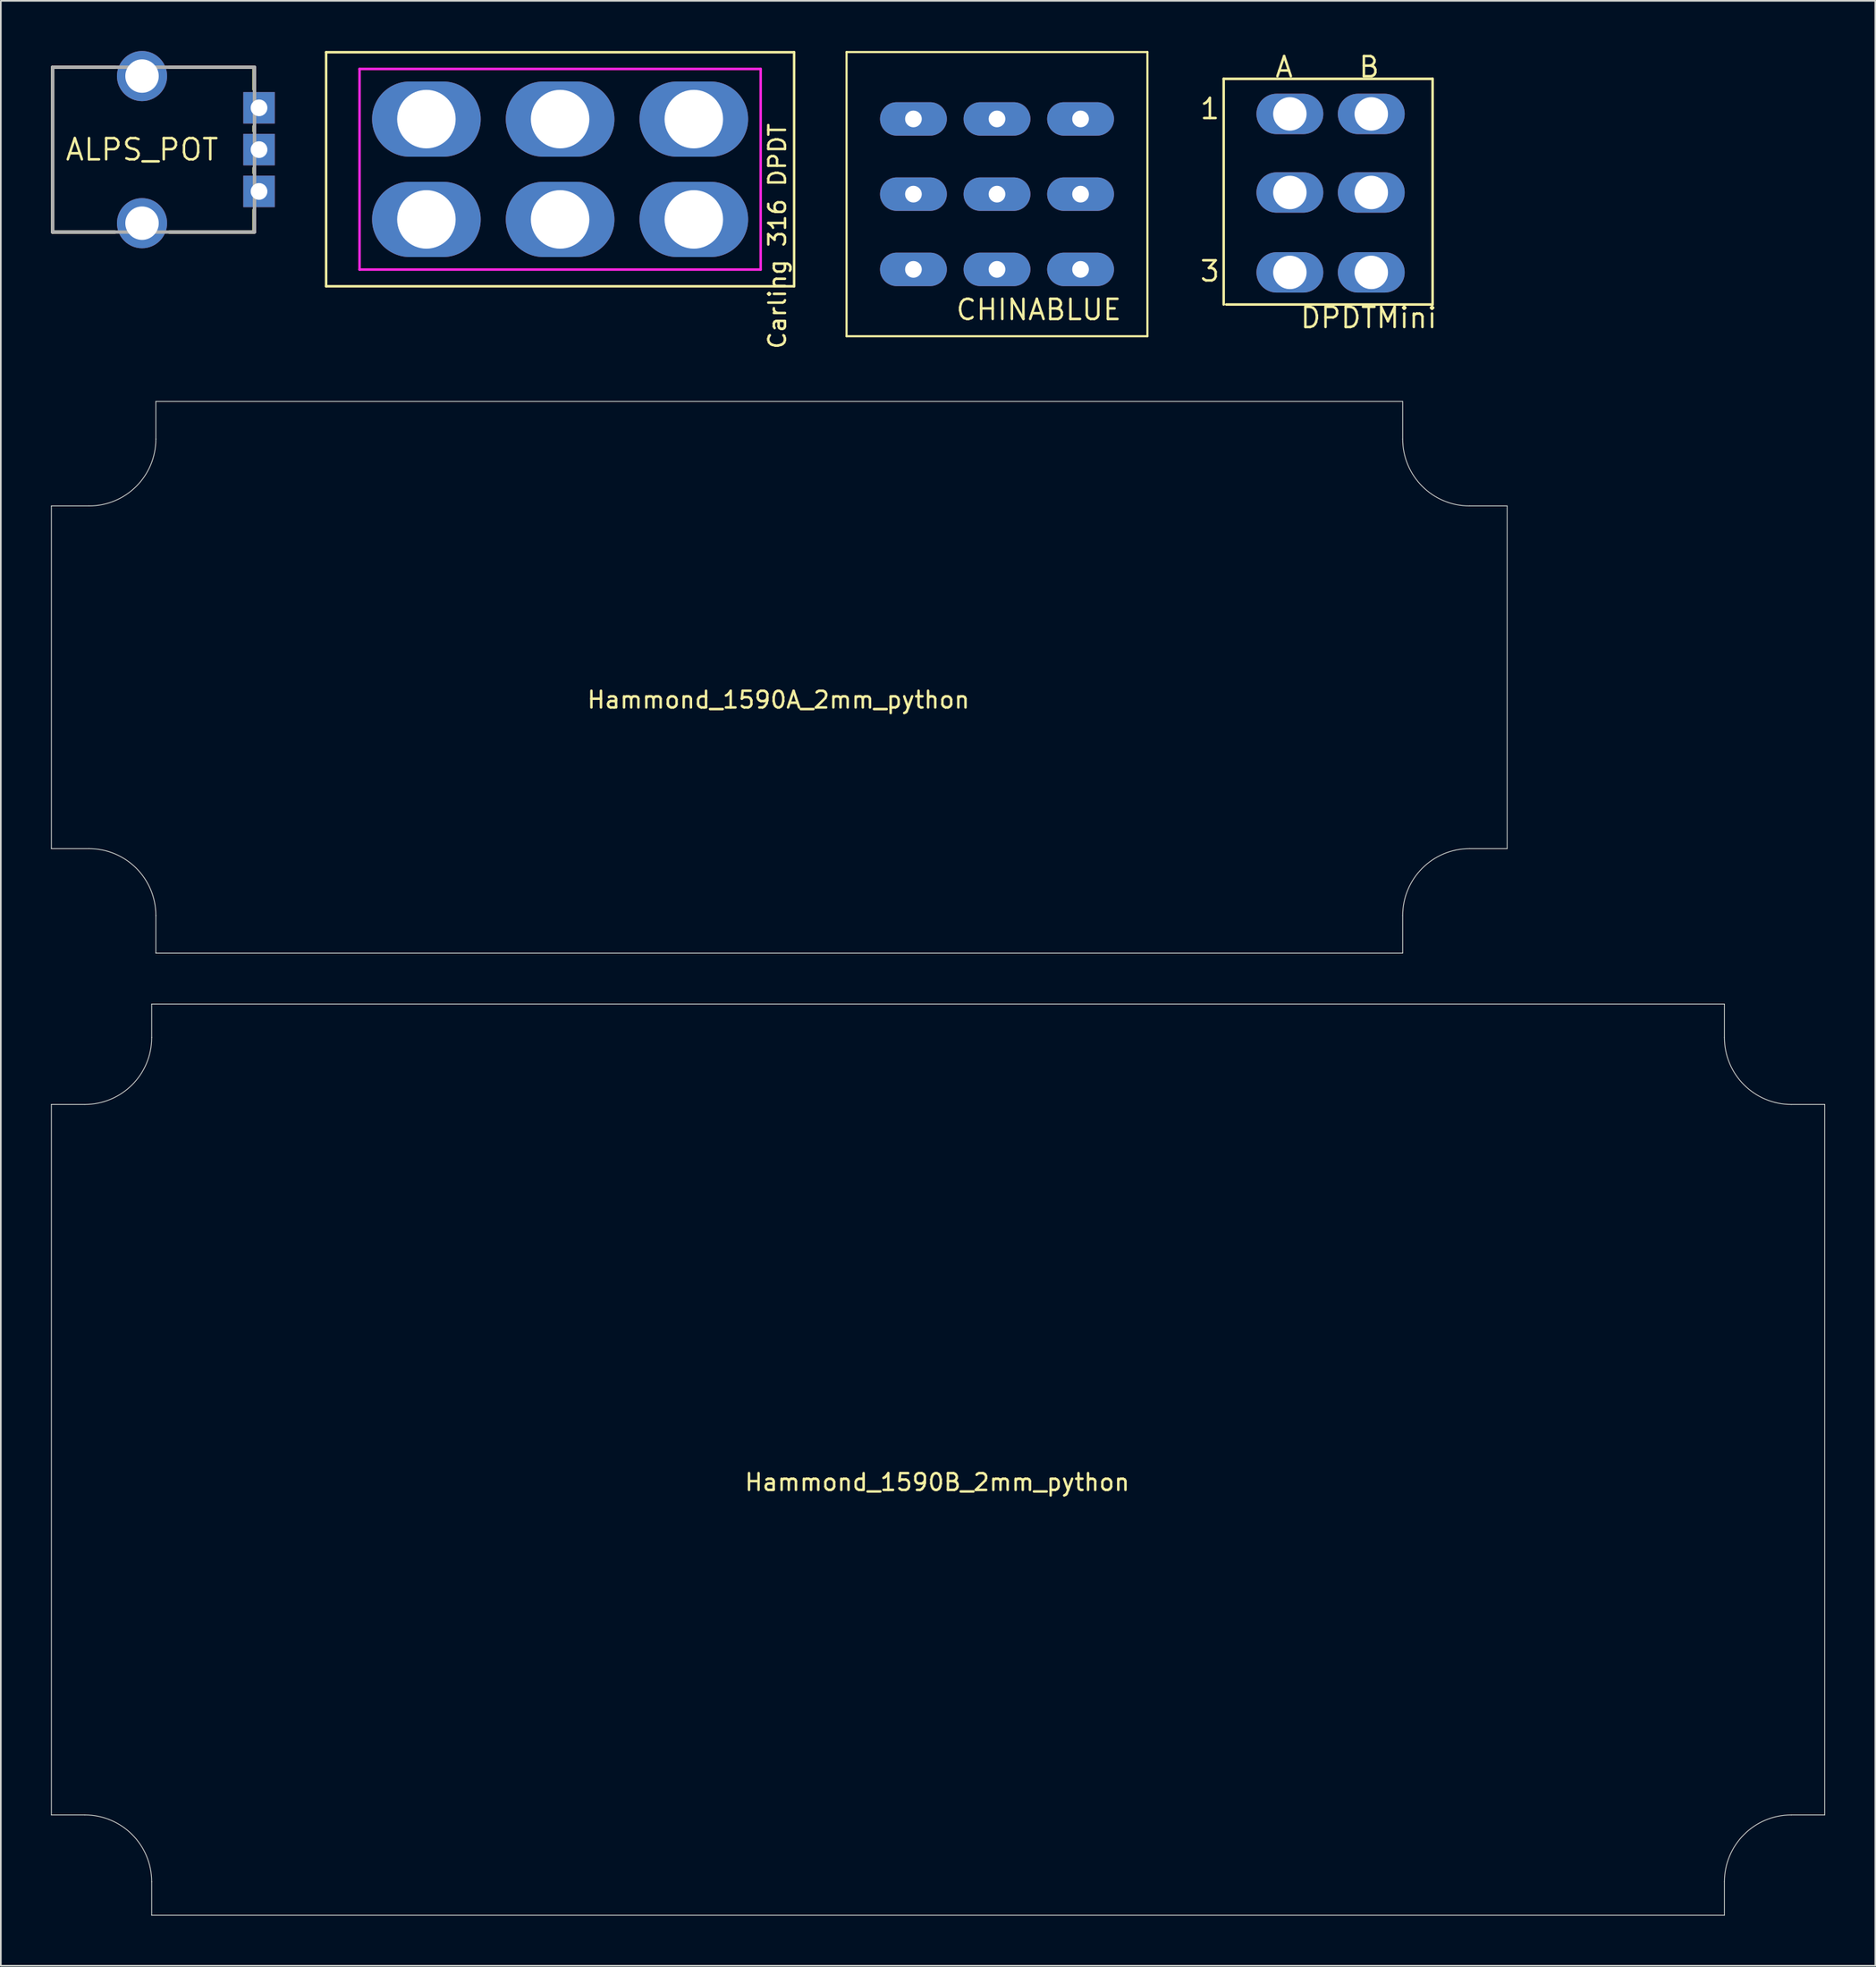
<source format=kicad_pcb>
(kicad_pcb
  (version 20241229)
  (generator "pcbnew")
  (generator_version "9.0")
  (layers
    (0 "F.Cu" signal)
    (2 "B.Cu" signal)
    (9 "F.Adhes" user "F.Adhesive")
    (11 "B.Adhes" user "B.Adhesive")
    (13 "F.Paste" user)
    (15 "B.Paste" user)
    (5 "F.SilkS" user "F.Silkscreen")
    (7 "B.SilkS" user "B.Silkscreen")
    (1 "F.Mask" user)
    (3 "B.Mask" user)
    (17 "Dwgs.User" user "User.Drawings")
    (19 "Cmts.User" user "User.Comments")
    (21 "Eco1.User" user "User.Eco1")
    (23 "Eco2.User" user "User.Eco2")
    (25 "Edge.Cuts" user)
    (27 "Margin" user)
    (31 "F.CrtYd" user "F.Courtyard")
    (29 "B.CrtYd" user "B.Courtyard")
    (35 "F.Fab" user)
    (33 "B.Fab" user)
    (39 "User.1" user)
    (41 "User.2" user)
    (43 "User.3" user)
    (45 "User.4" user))
  (footprint "Hammond_1590B_2mm_python"
    (layer "F.Cu")
    (at 53.075 84.263)
    (property "Reference" "Hammond_1590B_2mm_python" (at -0.05 1.35 0) (layer "F.SilkS") (effects (font (size 1 1) (thickness 0.15))))
    (attr through_hole)
    (fp_line (start -53.05 -21.25) (end -53.05 21.25) (stroke (width 0.05) (type solid)) (layer "Edge.Cuts"))
    (fp_line (start -51.05 -21.25) (end -53.05 -21.25) (stroke (width 0.05) (type solid)) (layer "Edge.Cuts"))
    (fp_line (start -51.05 21.25) (end -53.05 21.25) (stroke (width 0.05) (type solid)) (layer "Edge.Cuts"))
    (fp_line (start -47.05 -27.25) (end 47.05 -27.25) (stroke (width 0.05) (type solid)) (layer "Edge.Cuts"))
    (fp_line (start -47.05 -25.25) (end -47.05 -27.25) (stroke (width 0.05) (type solid)) (layer "Edge.Cuts"))
    (fp_line (start -47.05 25.25) (end -47.05 27.25) (stroke (width 0.05) (type solid)) (layer "Edge.Cuts"))
    (fp_line (start -47.05 27.25) (end 47.05 27.25) (stroke (width 0.05) (type solid)) (layer "Edge.Cuts"))
    (fp_line (start 47.05 -25.25) (end 47.05 -27.25) (stroke (width 0.05) (type solid)) (layer "Edge.Cuts"))
    (fp_line (start 47.05 25.25) (end 47.05 27.25) (stroke (width 0.05) (type solid)) (layer "Edge.Cuts"))
    (fp_line (start 51.05 -21.25) (end 53.05 -21.25) (stroke (width 0.05) (type solid)) (layer "Edge.Cuts"))
    (fp_line (start 51.05 21.25) (end 53.05 21.25) (stroke (width 0.05) (type solid)) (layer "Edge.Cuts"))
    (fp_line (start 53.05 -21.25) (end 53.05 21.25) (stroke (width 0.05) (type solid)) (layer "Edge.Cuts"))
    (fp_arc (start -51.05 21.25) (mid -48.221573 22.421573) (end -47.05 25.25) (stroke (width 0.05) (type solid)) (layer "Edge.Cuts"))
    (fp_arc (start -47.05 -25.25) (mid -48.221573 -22.421573) (end -51.05 -21.25) (stroke (width 0.05) (type solid)) (layer "Edge.Cuts"))
    (fp_arc (start 47.05 25.25) (mid 48.221573 22.421573) (end 51.05 21.25) (stroke (width 0.05) (type solid)) (layer "Edge.Cuts"))
    (fp_arc (start 51.05 -21.25) (mid 48.221573 -22.421573) (end 47.05 -25.25) (stroke (width 0.05) (type solid)) (layer "Edge.Cuts")))
  (footprint "CHINABLUE"
    (layer "F.Cu")
    (at 56.601 8.563)
    (property "Reference" "CHINABLUE" (at -2.54 7.62 0) (layer "F.SilkS") (effects (font (size 1.206 1.206) (thickness 0.152)) (justify left bottom)))
    (attr through_hole)
    (fp_line (start -9 -8.5) (end -9 8.5) (stroke (width 0.127) (type solid)) (layer "F.SilkS"))
    (fp_line (start -9 8.5) (end 9 8.5) (stroke (width 0.127) (type solid)) (layer "F.SilkS"))
    (fp_line (start 9 -8.5) (end -9 -8.5) (stroke (width 0.127) (type solid)) (layer "F.SilkS"))
    (fp_line (start 9 8.5) (end 9 -8.5) (stroke (width 0.127) (type solid)) (layer "F.SilkS"))
    (pad "A1" thru_hole oval (at -5 -4.5) (size 4 2) (drill 1) (layers "*.Cu" "*.Mask"))
    (pad "A2" thru_hole oval (at -5 0) (size 4 2) (drill 1) (layers "*.Cu" "*.Mask"))
    (pad "A3" thru_hole oval (at -5 4.5) (size 4 2) (drill 1) (layers "*.Cu" "*.Mask"))
    (pad "B1" thru_hole oval (at 0 -4.5) (size 4 2) (drill 1) (layers "*.Cu" "*.Mask"))
    (pad "B2" thru_hole oval (at 0 0) (size 4 2) (drill 1) (layers "*.Cu" "*.Mask"))
    (pad "B3" thru_hole oval (at 0 4.5) (size 4 2) (drill 1) (layers "*.Cu" "*.Mask"))
    (pad "C1" thru_hole oval (at 5 -4.5) (size 4 2) (drill 1) (layers "*.Cu" "*.Mask"))
    (pad "C2" thru_hole oval (at 5 0) (size 4 2) (drill 1) (layers "*.Cu" "*.Mask"))
    (pad "C3" thru_hole oval (at 5 4.5) (size 4 2) (drill 1) (layers "*.Cu" "*.Mask")))
  (footprint "ALPS_POT"
    (layer "F.Cu")
    (at 5.448 5.9)
    (property "Reference" "ALPS_POT" (at 0 0 0) (layer "F.SilkS") (effects (font (size 1.27 1.27) (thickness 0.15))))
    (attr through_hole)
    (fp_line (start -5.346 -4.93) (end -5.346 4.93) (stroke (width 0.203) (type solid)) (layer "F.SilkS"))
    (fp_line (start -5.346 -4.93) (end -1.625 -4.93) (stroke (width 0.203) (type solid)) (layer "F.SilkS"))
    (fp_line (start -5.346 4.93) (end -1.625 4.93) (stroke (width 0.203) (type solid)) (layer "F.SilkS"))
    (fp_line (start 1.639 4.93) (end 6.7 4.93) (stroke (width 0.203) (type solid)) (layer "F.SilkS"))
    (fp_line (start 1.64 -4.93) (end 6.7 -4.93) (stroke (width 0.203) (type solid)) (layer "F.SilkS"))
    (fp_line (start 6.7 -4.93) (end 6.7 -3.6) (stroke (width 0.203) (type solid)) (layer "F.SilkS"))
    (fp_line (start 6.7 -1.4) (end 6.7 -1.1) (stroke (width 0.203) (type solid)) (layer "F.SilkS"))
    (fp_line (start 6.7 1.1) (end 6.7 1.4) (stroke (width 0.203) (type solid)) (layer "F.SilkS"))
    (fp_line (start 6.7 3.6) (end 6.7 4.9) (stroke (width 0.203) (type solid)) (layer "F.SilkS"))
    (fp_line (start -5.346 -4.93) (end 6.73 -4.93) (stroke (width 0.203) (type solid)) (layer "F.Fab"))
    (fp_line (start -5.346 4.93) (end -5.346 -4.93) (stroke (width 0.203) (type solid)) (layer "F.Fab"))
    (fp_line (start 6.73 -4.93) (end 6.73 4.93) (stroke (width 0.203) (type solid)) (layer "F.Fab"))
    (fp_line (start 6.73 4.93) (end -5.346 4.93) (stroke (width 0.203) (type solid)) (layer "F.Fab"))
    (pad "P$1" thru_hole rect (at 7 2.5) (size 1.88 1.88) (drill 1) (layers "*.Cu" "*.Mask"))
    (pad "P$2" thru_hole rect (at 7 0) (size 1.88 1.88) (drill 1) (layers "*.Cu" "*.Mask"))
    (pad "P$3" thru_hole rect (at 7 -2.5) (size 1.88 1.88) (drill 1) (layers "*.Cu" "*.Mask"))
    (pad "P$4" thru_hole circle (at 0 4.4) (size 3 3) (drill 2) (layers "*.Cu" "*.Mask"))
    (pad "P$5" thru_hole circle (at 0 -4.4) (size 3 3) (drill 2) (layers "*.Cu" "*.Mask")))
  (footprint "Hammond_1590A_2mm_python"
    (layer "F.Cu")
    (at 43.575 37.463)
    (property "Reference" "Hammond_1590A_2mm_python" (at -0.05 1.35 0) (layer "F.SilkS") (effects (font (size 1 1) (thickness 0.15))))
    (attr through_hole)
    (fp_line (start -43.55 -10.25) (end -43.55 10.25) (stroke (width 0.05) (type solid)) (layer "Edge.Cuts"))
    (fp_line (start -41.3 -10.25) (end -43.55 -10.25) (stroke (width 0.05) (type solid)) (layer "Edge.Cuts"))
    (fp_line (start -41.3 10.25) (end -43.55 10.25) (stroke (width 0.05) (type solid)) (layer "Edge.Cuts"))
    (fp_line (start -37.3 -16.5) (end 37.3 -16.5) (stroke (width 0.05) (type solid)) (layer "Edge.Cuts"))
    (fp_line (start -37.3 -14.25) (end -37.3 -16.5) (stroke (width 0.05) (type solid)) (layer "Edge.Cuts"))
    (fp_line (start -37.3 14.25) (end -37.3 16.5) (stroke (width 0.05) (type solid)) (layer "Edge.Cuts"))
    (fp_line (start -37.3 16.5) (end 37.3 16.5) (stroke (width 0.05) (type solid)) (layer "Edge.Cuts"))
    (fp_line (start 37.3 -14.25) (end 37.3 -16.5) (stroke (width 0.05) (type solid)) (layer "Edge.Cuts"))
    (fp_line (start 37.3 14.25) (end 37.3 16.5) (stroke (width 0.05) (type solid)) (layer "Edge.Cuts"))
    (fp_line (start 41.3 -10.25) (end 43.55 -10.25) (stroke (width 0.05) (type solid)) (layer "Edge.Cuts"))
    (fp_line (start 41.3 10.25) (end 43.55 10.25) (stroke (width 0.05) (type solid)) (layer "Edge.Cuts"))
    (fp_line (start 43.55 -10.25) (end 43.55 10.25) (stroke (width 0.05) (type solid)) (layer "Edge.Cuts"))
    (fp_arc (start -41.3 10.25) (mid -38.471573 11.421573) (end -37.3 14.25) (stroke (width 0.05) (type solid)) (layer "Edge.Cuts"))
    (fp_arc (start -37.3 -14.25) (mid -38.471573 -11.421573) (end -41.3 -10.25) (stroke (width 0.05) (type solid)) (layer "Edge.Cuts"))
    (fp_arc (start 37.3 14.25) (mid 38.471573 11.421573) (end 41.3 10.25) (stroke (width 0.05) (type solid)) (layer "Edge.Cuts"))
    (fp_arc (start 41.3 -10.25) (mid 38.471573 -11.421573) (end 37.3 -14.25) (stroke (width 0.05) (type solid)) (layer "Edge.Cuts")))
  (footprint "Carling 316 DPDT"
    (layer "F.Cu")
    (at 30.462 7.075)
    (property "Reference" "Carling 316 DPDT" (at 13 4 90) (layer "F.SilkS") (effects (font (size 1 1) (thickness 0.15))))
    (attr through_hole)
    (fp_line (start -14 -7) (end -14 7) (stroke (width 0.15) (type solid)) (layer "F.SilkS"))
    (fp_line (start -14 7) (end 14 7) (stroke (width 0.15) (type solid)) (layer "F.SilkS"))
    (fp_line (start 14 -7) (end -14 -7) (stroke (width 0.15) (type solid)) (layer "F.SilkS"))
    (fp_line (start 14 7) (end 14 -7) (stroke (width 0.15) (type solid)) (layer "F.SilkS"))
    (fp_line (start -12 -6) (end 12 -6) (stroke (width 0.15) (type solid)) (layer "F.CrtYd"))
    (fp_line (start -12 6) (end -12 -6) (stroke (width 0.15) (type solid)) (layer "F.CrtYd"))
    (fp_line (start 12 -6) (end 12 6) (stroke (width 0.15) (type solid)) (layer "F.CrtYd"))
    (fp_line (start 12 6) (end -12 6) (stroke (width 0.15) (type solid)) (layer "F.CrtYd"))
    (pad "1" thru_hole oval (at -8 3) (size 6.5 4.5) (drill 3.5) (layers "*.Cu" "*.Mask"))
    (pad "2" thru_hole oval (at 0 3) (size 6.5 4.5) (drill 3.5) (layers "*.Cu" "*.Mask"))
    (pad "3" thru_hole oval (at 8 3) (size 6.5 4.5) (drill 3.5) (layers "*.Cu" "*.Mask"))
    (pad "4" thru_hole oval (at -8 -3) (size 6.5 4.5) (drill 3.5) (layers "*.Cu" "*.Mask"))
    (pad "5" thru_hole oval (at 0 -3) (size 6.5 4.5) (drill 3.5) (layers "*.Cu" "*.Mask"))
    (pad "6" thru_hole oval (at 8 -3) (size 6.5 4.5) (drill 3.5) (layers "*.Cu" "*.Mask")))
  (footprint "DPDTMini"
    (layer "F.Cu")
    (at 74.164 13.164)
    (property "Reference" "DPDTMini" (at 0.5 3.5 0) (layer "F.SilkS") (effects (font (size 1.206 1.206) (thickness 0.152)) (justify left bottom)))
    (attr through_hole)
    (fp_line (start -4 -11.5) (end 8.5 -11.5) (stroke (width 0.152) (type solid)) (layer "F.SilkS"))
    (fp_line (start -4 2) (end -4 -11.5) (stroke (width 0.152) (type solid)) (layer "F.SilkS"))
    (fp_line (start 8.5 -11.5) (end 8.5 2) (stroke (width 0.152) (type solid)) (layer "F.SilkS"))
    (fp_line (start 8.5 2) (end -3.85 2) (stroke (width 0.152) (type solid)) (layer "F.SilkS"))
    (fp_text user "3" (at -5.5 0.715 0) (layer "F.SilkS") (effects (font (size 1.206 1.206) (thickness 0.152)) (justify left bottom)))
    (fp_text user "B" (at 4 -11.5 0) (layer "F.SilkS") (effects (font (size 1.206 1.206) (thickness 0.152)) (justify left bottom)))
    (fp_text user "A" (at -1 -11.5 0) (layer "F.SilkS") (effects (font (size 1.206 1.206) (thickness 0.152)) (justify left bottom)))
    (fp_text user "1" (at -5.5 -9 0) (layer "F.SilkS") (effects (font (size 1.206 1.206) (thickness 0.152)) (justify left bottom)))
    (pad "1" thru_hole oval (at -0.04 -9.4 90) (size 2.416 4) (drill 2) (layers "*.Cu" "*.Mask"))
    (pad "2" thru_hole oval (at -0.04 -4.7 90) (size 2.416 4) (drill 2) (layers "*.Cu" "*.Mask"))
    (pad "3" thru_hole oval (at -0.04 0.08 90) (size 2.416 4) (drill 2) (layers "*.Cu" "*.Mask"))
    (pad "4" thru_hole oval (at 4.83 -9.4 90) (size 2.416 4) (drill 2) (layers "*.Cu" "*.Mask"))
    (pad "5" thru_hole oval (at 4.83 -4.7 90) (size 2.416 4) (drill 2) (layers "*.Cu" "*.Mask"))
    (pad "6" thru_hole oval (at 4.83 0.08 90) (size 2.416 4) (drill 2) (layers "*.Cu" "*.Mask")))
  (gr_rect
    (start -3 -3)
    (end 109.15 114.538)
    (stroke (width 0.1) (type default))
    (fill no)
    (layer "Edge.Cuts")))
</source>
